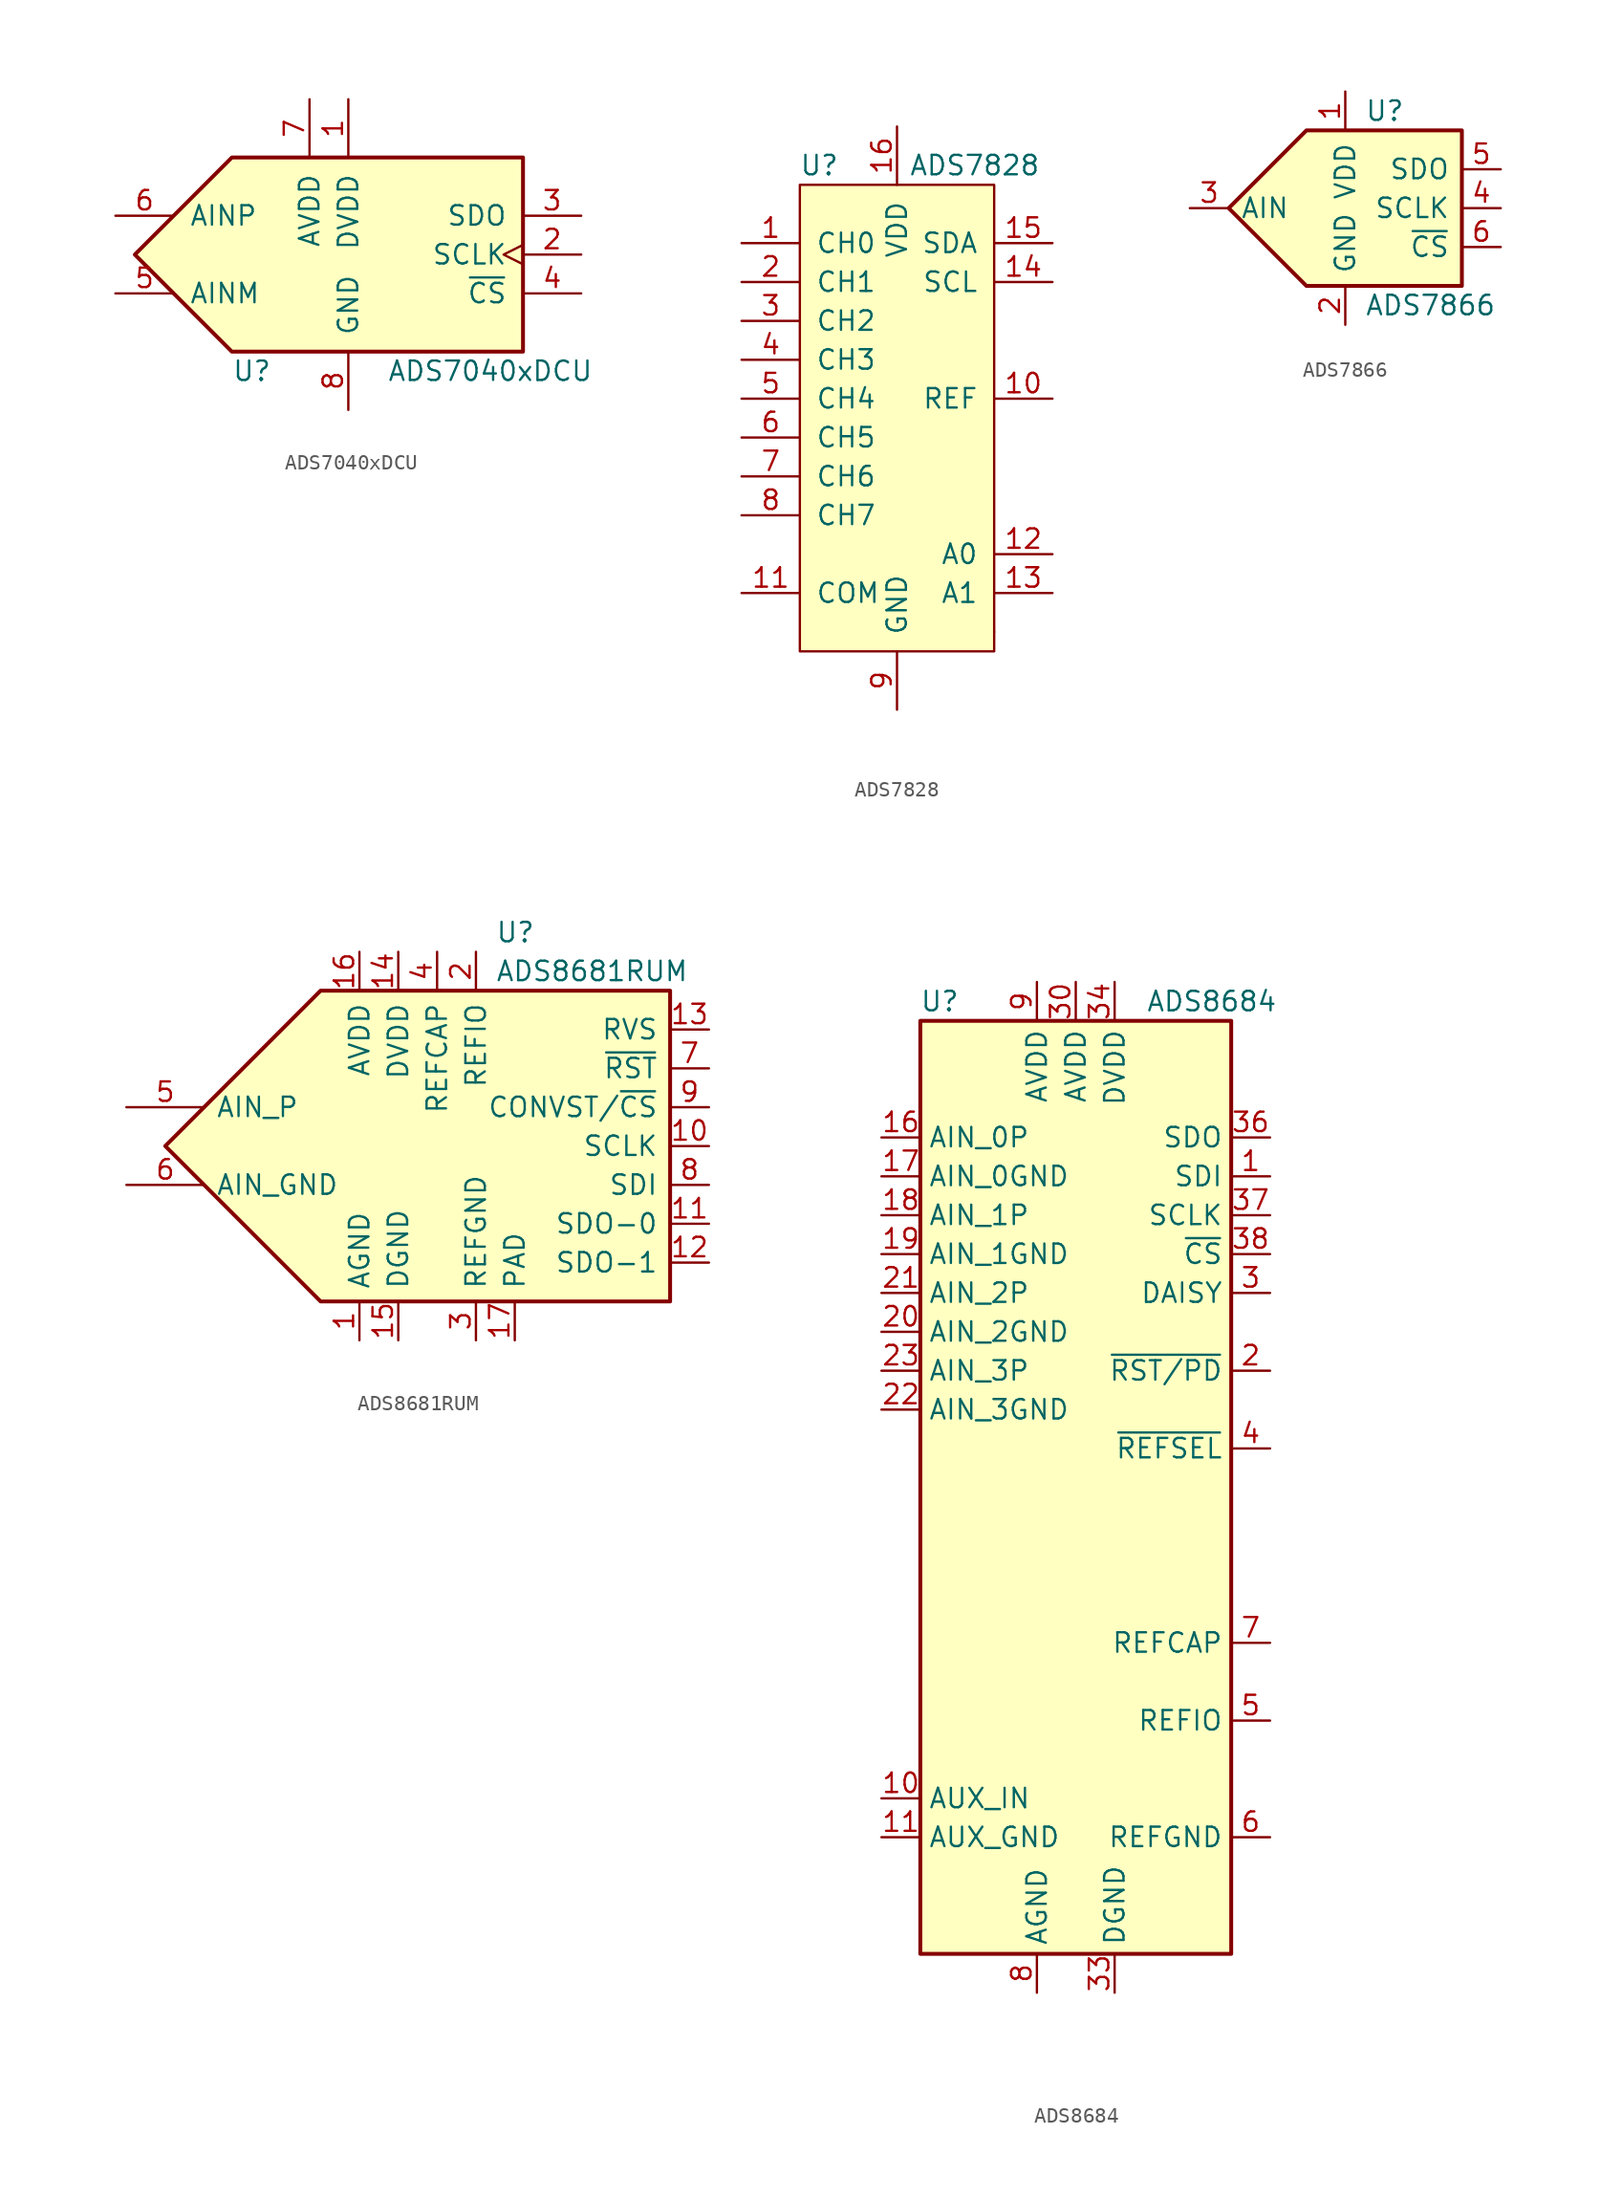
<source format=kicad_sym>
(kicad_symbol_lib
  (version 20201005)
  (generator kicad_symbol_editor)
  (symbol "Analog_ADC:ADS7040xDCU"
    (pin_names
      (offset 1.016))
    (property "Reference" "U"
      (at -7.62 -7.62 0)
      (effects (font (size 1.27 1.27)) (justify left)))
    (property "Value" "ADS7040xDCU"
      (at 2.54 -7.62 0)
      (effects (font (size 1.27 1.27)) (justify left)))
    (symbol "ADS7040xDCU_0_1"
      (polyline (pts (xy -13.97 0) (xy -7.62 6.35) (xy 11.43 6.35) (xy 11.43 -6.35) (xy -7.62 -6.35) (xy -13.97 0)) (stroke (width 0.254)) (fill (type background))))
    (symbol "ADS7040xDCU_1_1"
      (pin power_in line (at 0 10.16 270) (length 3.81) (name "DVDD" (effects (font (size 1.27 1.27)))) (number "1" (effects (font (size 1.27 1.27)))))
      (pin input clock (at 15.24 0 180) (length 3.81) (name "SCLK" (effects (font (size 1.27 1.27)))) (number "2" (effects (font (size 1.27 1.27)))))
      (pin output line (at 15.24 2.54 180) (length 3.81) (name "SDO" (effects (font (size 1.27 1.27)))) (number "3" (effects (font (size 1.27 1.27)))))
      (pin input line (at 15.24 -2.54 180) (length 3.81) (name "~CS" (effects (font (size 1.27 1.27)))) (number "4" (effects (font (size 1.27 1.27)))))
      (pin input line (at -15.24 -2.54 0) (length 3.81) (name "AINM" (effects (font (size 1.27 1.27)))) (number "5" (effects (font (size 1.27 1.27)))))
      (pin input line (at -15.24 2.54 0) (length 3.81) (name "AINP" (effects (font (size 1.27 1.27)))) (number "6" (effects (font (size 1.27 1.27)))))
      (pin power_in line (at -2.54 10.16 270) (length 3.81) (name "AVDD" (effects (font (size 1.27 1.27)))) (number "7" (effects (font (size 1.27 1.27)))))
      (pin power_in line (at 0 -10.16 90) (length 3.81) (name "GND" (effects (font (size 1.27 1.27)))) (number "8" (effects (font (size 1.27 1.27)))))))
  (symbol "Analog_ADC:ADS7828"
    (pin_names
      (offset 1.016))
    (property "Reference" "U"
      (at -5.08 15.24 0)
      (effects (font (size 1.27 1.27))))
    (property "Value" "ADS7828"
      (at 5.08 15.24 0)
      (effects (font (size 1.27 1.27))))
    (symbol "ADS7828_0_1"
      (rectangle (start 6.35 -15.24) (end 6.35 -15.24) (stroke (width 0)) (fill (type none)))
      (rectangle (start -6.35 13.97) (end 6.35 -16.51) (stroke (width 0)) (fill (type background))))
    (symbol "ADS7828_1_1"
      (pin input line (at -10.16 10.16 0) (length 3.81) (name "CH0" (effects (font (size 1.27 1.27)))) (number "1" (effects (font (size 1.27 1.27)))))
      (pin bidirectional line (at 10.16 0 180) (length 3.81) (name "REF" (effects (font (size 1.27 1.27)))) (number "10" (effects (font (size 1.27 1.27)))))
      (pin input line (at -10.16 -12.7 0) (length 3.81) (name "COM" (effects (font (size 1.27 1.27)))) (number "11" (effects (font (size 1.27 1.27)))))
      (pin input line (at 10.16 -10.16 180) (length 3.81) (name "A0" (effects (font (size 1.27 1.27)))) (number "12" (effects (font (size 1.27 1.27)))))
      (pin input line (at 10.16 -12.7 180) (length 3.81) (name "A1" (effects (font (size 1.27 1.27)))) (number "13" (effects (font (size 1.27 1.27)))))
      (pin input line (at 10.16 7.62 180) (length 3.81) (name "SCL" (effects (font (size 1.27 1.27)))) (number "14" (effects (font (size 1.27 1.27)))))
      (pin bidirectional line (at 10.16 10.16 180) (length 3.81) (name "SDA" (effects (font (size 1.27 1.27)))) (number "15" (effects (font (size 1.27 1.27)))))
      (pin power_in line (at 0 17.78 270) (length 3.81) (name "VDD" (effects (font (size 1.27 1.27)))) (number "16" (effects (font (size 1.27 1.27)))))
      (pin input line (at -10.16 7.62 0) (length 3.81) (name "CH1" (effects (font (size 1.27 1.27)))) (number "2" (effects (font (size 1.27 1.27)))))
      (pin input line (at -10.16 5.08 0) (length 3.81) (name "CH2" (effects (font (size 1.27 1.27)))) (number "3" (effects (font (size 1.27 1.27)))))
      (pin input line (at -10.16 2.54 0) (length 3.81) (name "CH3" (effects (font (size 1.27 1.27)))) (number "4" (effects (font (size 1.27 1.27)))))
      (pin input line (at -10.16 0 0) (length 3.81) (name "CH4" (effects (font (size 1.27 1.27)))) (number "5" (effects (font (size 1.27 1.27)))))
      (pin input line (at -10.16 -2.54 0) (length 3.81) (name "CH5" (effects (font (size 1.27 1.27)))) (number "6" (effects (font (size 1.27 1.27)))))
      (pin input line (at -10.16 -5.08 0) (length 3.81) (name "CH6" (effects (font (size 1.27 1.27)))) (number "7" (effects (font (size 1.27 1.27)))))
      (pin input line (at -10.16 -7.62 0) (length 3.81) (name "CH7" (effects (font (size 1.27 1.27)))) (number "8" (effects (font (size 1.27 1.27)))))
      (pin power_in line (at 0 -20.32 90) (length 3.81) (name "GND" (effects (font (size 1.27 1.27)))) (number "9" (effects (font (size 1.27 1.27)))))))
  (symbol "Analog_ADC:ADS7866"
    (pin_names
      (offset 0.762))
    (property "Reference" "U"
      (at 1.27 6.35 0)
      (effects (font (size 1.27 1.27)) (justify left)))
    (property "Value" "ADS7866"
      (at 1.27 -6.35 0)
      (effects (font (size 1.27 1.27)) (justify left)))
    (symbol "ADS7866_0_1"
      (polyline (pts (xy -2.54 5.08) (xy 7.62 5.08) (xy 7.62 -5.08) (xy -2.54 -5.08) (xy -7.62 0) (xy -2.54 5.08)) (stroke (width 0.254)) (fill (type background))))
    (symbol "ADS7866_1_1"
      (pin power_in line (at 0 7.62 270) (length 2.54) (name "VDD" (effects (font (size 1.27 1.27)))) (number "1" (effects (font (size 1.27 1.27)))))
      (pin power_in line (at 0 -7.62 90) (length 2.54) (name "GND" (effects (font (size 1.27 1.27)))) (number "2" (effects (font (size 1.27 1.27)))))
      (pin input line (at -10.16 0 0) (length 2.54) (name "AIN" (effects (font (size 1.27 1.27)))) (number "3" (effects (font (size 1.27 1.27)))))
      (pin input line (at 10.16 0 180) (length 2.54) (name "SCLK" (effects (font (size 1.27 1.27)))) (number "4" (effects (font (size 1.27 1.27)))))
      (pin tri_state line (at 10.16 2.54 180) (length 2.54) (name "SDO" (effects (font (size 1.27 1.27)))) (number "5" (effects (font (size 1.27 1.27)))))
      (pin input line (at 10.16 -2.54 180) (length 2.54) (name "~CS" (effects (font (size 1.27 1.27)))) (number "6" (effects (font (size 1.27 1.27)))))))
  (symbol "Analog_ADC:ADS8681RUM"
    (pin_names
      (offset 0.762))
    (property "Reference" "U"
      (at 6.35 13.97 0)
      (effects (font (size 1.27 1.27)) (justify left)))
    (property "Value" "ADS8681RUM"
      (at 6.35 11.43 0)
      (effects (font (size 1.27 1.27)) (justify left)))
    (symbol "ADS8681RUM_0_1"
      (polyline (pts (xy -5.08 10.16) (xy 17.78 10.16) (xy 17.78 -10.16) (xy -5.08 -10.16) (xy -15.24 0) (xy -5.08 10.16)) (stroke (width 0.254)) (fill (type background))))
    (symbol "ADS8681RUM_1_1"
      (pin power_in line (at -2.54 -12.7 90) (length 2.54) (name "AGND" (effects (font (size 1.27 1.27)))) (number "1" (effects (font (size 1.27 1.27)))))
      (pin input line (at 20.32 0 180) (length 2.54) (name "SCLK" (effects (font (size 1.27 1.27)))) (number "10" (effects (font (size 1.27 1.27)))))
      (pin tri_state line (at 20.32 -5.08 180) (length 2.54) (name "SDO-0" (effects (font (size 1.27 1.27)))) (number "11" (effects (font (size 1.27 1.27)))))
      (pin tri_state line (at 20.32 -7.62 180) (length 2.54) (name "SDO-1" (effects (font (size 1.27 1.27)))) (number "12" (effects (font (size 1.27 1.27)))))
      (pin output line (at 20.32 7.62 180) (length 2.54) (name "RVS" (effects (font (size 1.27 1.27)))) (number "13" (effects (font (size 1.27 1.27)))))
      (pin power_in line (at 0 12.7 270) (length 2.54) (name "DVDD" (effects (font (size 1.27 1.27)))) (number "14" (effects (font (size 1.27 1.27)))))
      (pin power_in line (at 0 -12.7 90) (length 2.54) (name "DGND" (effects (font (size 1.27 1.27)))) (number "15" (effects (font (size 1.27 1.27)))))
      (pin power_in line (at -2.54 12.7 270) (length 2.54) (name "AVDD" (effects (font (size 1.27 1.27)))) (number "16" (effects (font (size 1.27 1.27)))))
      (pin power_in line (at 7.62 -12.7 90) (length 2.54) (name "PAD" (effects (font (size 1.27 1.27)))) (number "17" (effects (font (size 1.27 1.27)))))
      (pin passive line (at 5.08 12.7 270) (length 2.54) (name "REFIO" (effects (font (size 1.27 1.27)))) (number "2" (effects (font (size 1.27 1.27)))))
      (pin power_in line (at 5.08 -12.7 90) (length 2.54) (name "REFGND" (effects (font (size 1.27 1.27)))) (number "3" (effects (font (size 1.27 1.27)))))
      (pin power_in line (at 2.54 12.7 270) (length 2.54) (name "REFCAP" (effects (font (size 1.27 1.27)))) (number "4" (effects (font (size 1.27 1.27)))))
      (pin input line (at -17.78 2.54 0) (length 5.08) (name "AIN_P" (effects (font (size 1.27 1.27)))) (number "5" (effects (font (size 1.27 1.27)))))
      (pin input line (at -17.78 -2.54 0) (length 5.08) (name "AIN_GND" (effects (font (size 1.27 1.27)))) (number "6" (effects (font (size 1.27 1.27)))))
      (pin input line (at 20.32 5.08 180) (length 2.54) (name "~RST" (effects (font (size 1.27 1.27)))) (number "7" (effects (font (size 1.27 1.27)))))
      (pin input line (at 20.32 -2.54 180) (length 2.54) (name "SDI" (effects (font (size 1.27 1.27)))) (number "8" (effects (font (size 1.27 1.27)))))
      (pin input line (at 20.32 2.54 180) (length 2.54) (name "CONVST/~CS" (effects (font (size 1.27 1.27)))) (number "9" (effects (font (size 1.27 1.27)))))))
  (symbol "Analog_ADC:ADS8684"
    (property "Reference" "U"
      (at -8.89 31.75 0)
      (effects (font (size 1.27 1.27))))
    (property "Value" "ADS8684"
      (at 8.89 31.75 0)
      (effects (font (size 1.27 1.27))))
    (symbol "ADS8684_0_1"
      (rectangle (start -10.16 30.48) (end 10.16 -30.48) (stroke (width 0.254)) (fill (type background))))
    (symbol "ADS8684_1_1"
      (pin input line (at 12.7 20.32 180) (length 2.54) (name "SDI" (effects (font (size 1.27 1.27)))) (number "1" (effects (font (size 1.27 1.27)))))
      (pin input line (at -12.7 -20.32 0) (length 2.54) (name "AUX_IN" (effects (font (size 1.27 1.27)))) (number "10" (effects (font (size 1.27 1.27)))))
      (pin input line (at -12.7 -22.86 0) (length 2.54) (name "AUX_GND" (effects (font (size 1.27 1.27)))) (number "11" (effects (font (size 1.27 1.27)))))
      (pin no_connect line (at -10.16 -7.62 0) (length 2.54) hide (name "NC" (effects (font (size 1.27 1.27)))) (number "12" (effects (font (size 1.27 1.27)))))
      (pin no_connect line (at -10.16 -10.16 0) (length 2.54) hide (name "NC" (effects (font (size 1.27 1.27)))) (number "13" (effects (font (size 1.27 1.27)))))
      (pin no_connect line (at -10.16 -12.7 0) (length 2.54) hide (name "NC" (effects (font (size 1.27 1.27)))) (number "14" (effects (font (size 1.27 1.27)))))
      (pin no_connect line (at -10.16 -15.24 0) (length 2.54) hide (name "NC" (effects (font (size 1.27 1.27)))) (number "15" (effects (font (size 1.27 1.27)))))
      (pin input line (at -12.7 22.86 0) (length 2.54) (name "AIN_0P" (effects (font (size 1.27 1.27)))) (number "16" (effects (font (size 1.27 1.27)))))
      (pin input line (at -12.7 20.32 0) (length 2.54) (name "AIN_0GND" (effects (font (size 1.27 1.27)))) (number "17" (effects (font (size 1.27 1.27)))))
      (pin input line (at -12.7 17.78 0) (length 2.54) (name "AIN_1P" (effects (font (size 1.27 1.27)))) (number "18" (effects (font (size 1.27 1.27)))))
      (pin input line (at -12.7 15.24 0) (length 2.54) (name "AIN_1GND" (effects (font (size 1.27 1.27)))) (number "19" (effects (font (size 1.27 1.27)))))
      (pin input line (at 12.7 7.62 180) (length 2.54) (name "~RST/PD" (effects (font (size 1.27 1.27)))) (number "2" (effects (font (size 1.27 1.27)))))
      (pin input line (at -12.7 10.16 0) (length 2.54) (name "AIN_2GND" (effects (font (size 1.27 1.27)))) (number "20" (effects (font (size 1.27 1.27)))))
      (pin input line (at -12.7 12.7 0) (length 2.54) (name "AIN_2P" (effects (font (size 1.27 1.27)))) (number "21" (effects (font (size 1.27 1.27)))))
      (pin input line (at -12.7 5.08 0) (length 2.54) (name "AIN_3GND" (effects (font (size 1.27 1.27)))) (number "22" (effects (font (size 1.27 1.27)))))
      (pin input line (at -12.7 7.62 0) (length 2.54) (name "AIN_3P" (effects (font (size 1.27 1.27)))) (number "23" (effects (font (size 1.27 1.27)))))
      (pin no_connect line (at -10.16 0 0) (length 2.54) hide (name "NC" (effects (font (size 1.27 1.27)))) (number "24" (effects (font (size 1.27 1.27)))))
      (pin no_connect line (at -10.16 2.54 0) (length 2.54) hide (name "NC" (effects (font (size 1.27 1.27)))) (number "25" (effects (font (size 1.27 1.27)))))
      (pin no_connect line (at -10.16 -5.08 0) (length 2.54) hide (name "NC" (effects (font (size 1.27 1.27)))) (number "26" (effects (font (size 1.27 1.27)))))
      (pin no_connect line (at -10.16 -2.54 0) (length 2.54) hide (name "NC" (effects (font (size 1.27 1.27)))) (number "27" (effects (font (size 1.27 1.27)))))
      (pin passive line (at -2.54 -33.02 90) (length 2.54) hide (name "AGND" (effects (font (size 1.27 1.27)))) (number "28" (effects (font (size 1.27 1.27)))))
      (pin passive line (at -2.54 -33.02 90) (length 2.54) hide (name "AGND" (effects (font (size 1.27 1.27)))) (number "29" (effects (font (size 1.27 1.27)))))
      (pin input line (at 12.7 12.7 180) (length 2.54) (name "DAISY" (effects (font (size 1.27 1.27)))) (number "3" (effects (font (size 1.27 1.27)))))
      (pin power_in line (at 0 33.02 270) (length 2.54) (name "AVDD" (effects (font (size 1.27 1.27)))) (number "30" (effects (font (size 1.27 1.27)))))
      (pin passive line (at -2.54 -33.02 90) (length 2.54) hide (name "AGND" (effects (font (size 1.27 1.27)))) (number "31" (effects (font (size 1.27 1.27)))))
      (pin passive line (at -2.54 -33.02 90) (length 2.54) hide (name "AGND" (effects (font (size 1.27 1.27)))) (number "32" (effects (font (size 1.27 1.27)))))
      (pin power_in line (at 2.54 -33.02 90) (length 2.54) (name "DGND" (effects (font (size 1.27 1.27)))) (number "33" (effects (font (size 1.27 1.27)))))
      (pin power_in line (at 2.54 33.02 270) (length 2.54) (name "DVDD" (effects (font (size 1.27 1.27)))) (number "34" (effects (font (size 1.27 1.27)))))
      (pin no_connect line (at 10.16 -5.08 180) (length 2.54) hide (name "DNC" (effects (font (size 1.27 1.27)))) (number "35" (effects (font (size 1.27 1.27)))))
      (pin output line (at 12.7 22.86 180) (length 2.54) (name "SDO" (effects (font (size 1.27 1.27)))) (number "36" (effects (font (size 1.27 1.27)))))
      (pin input line (at 12.7 17.78 180) (length 2.54) (name "SCLK" (effects (font (size 1.27 1.27)))) (number "37" (effects (font (size 1.27 1.27)))))
      (pin input line (at 12.7 15.24 180) (length 2.54) (name "~CS" (effects (font (size 1.27 1.27)))) (number "38" (effects (font (size 1.27 1.27)))))
      (pin input line (at 12.7 2.54 180) (length 2.54) (name "~REFSEL" (effects (font (size 1.27 1.27)))) (number "4" (effects (font (size 1.27 1.27)))))
      (pin passive line (at 12.7 -15.24 180) (length 2.54) (name "REFIO" (effects (font (size 1.27 1.27)))) (number "5" (effects (font (size 1.27 1.27)))))
      (pin power_in line (at 12.7 -22.86 180) (length 2.54) (name "REFGND" (effects (font (size 1.27 1.27)))) (number "6" (effects (font (size 1.27 1.27)))))
      (pin passive line (at 12.7 -10.16 180) (length 2.54) (name "REFCAP" (effects (font (size 1.27 1.27)))) (number "7" (effects (font (size 1.27 1.27)))))
      (pin power_in line (at -2.54 -33.02 90) (length 2.54) (name "AGND" (effects (font (size 1.27 1.27)))) (number "8" (effects (font (size 1.27 1.27)))))
      (pin power_in line (at -2.54 33.02 270) (length 2.54) (name "AVDD" (effects (font (size 1.27 1.27)))) (number "9" (effects (font (size 1.27 1.27))))))))
</source>
